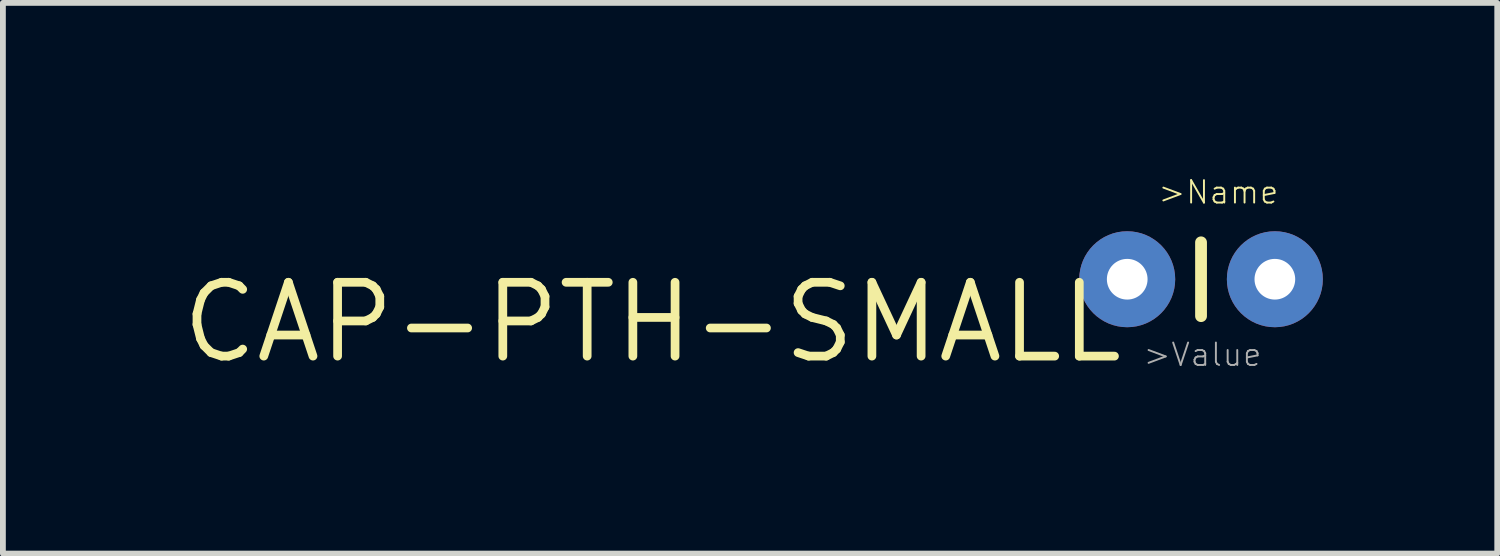
<source format=kicad_pcb>
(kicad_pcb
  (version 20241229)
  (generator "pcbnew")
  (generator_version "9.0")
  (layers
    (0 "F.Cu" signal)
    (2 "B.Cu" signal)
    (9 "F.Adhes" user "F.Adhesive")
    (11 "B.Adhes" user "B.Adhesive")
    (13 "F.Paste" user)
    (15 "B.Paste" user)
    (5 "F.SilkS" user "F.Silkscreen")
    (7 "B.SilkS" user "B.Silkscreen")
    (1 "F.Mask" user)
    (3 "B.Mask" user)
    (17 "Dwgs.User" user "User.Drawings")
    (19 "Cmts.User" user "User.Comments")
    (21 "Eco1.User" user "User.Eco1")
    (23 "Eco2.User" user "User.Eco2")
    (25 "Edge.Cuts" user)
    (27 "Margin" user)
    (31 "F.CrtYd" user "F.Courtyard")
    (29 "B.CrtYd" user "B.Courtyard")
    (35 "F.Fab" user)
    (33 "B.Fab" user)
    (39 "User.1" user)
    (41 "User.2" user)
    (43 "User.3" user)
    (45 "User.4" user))
  (footprint "CAP-PTH-SMALL"
    (layer "F.Cu")
    (at 16.343 1.754)
    (property "Reference" "CAP-PTH-SMALL" (at 0 0 0) (layer "F.SilkS") (effects (font (size 1.27 1.27) (thickness 0.15)) (justify right top)))
    (attr through_hole)
    (fp_line (start 1.27 -0.635) (end 1.27 0.635) (stroke (width 0.203) (type solid)) (layer "F.SilkS"))
    (fp_text user ">Name" (at 0.508 -1.27 0) (layer "F.SilkS") (effects (font (size 0.386 0.386) (thickness 0.033)) (justify left bottom)))
    (fp_text user ">Value" (at 0.254 1.524 0) (layer "F.Fab") (effects (font (size 0.386 0.386) (thickness 0.033)) (justify left bottom)))
    (pad "1" thru_hole circle (at 0 0) (size 1.651 1.651) (drill 0.7) (layers "*.Cu" "*.Mask"))
    (pad "2" thru_hole circle (at 2.54 0) (size 1.651 1.651) (drill 0.7) (layers "*.Cu" "*.Mask")))
  (gr_rect
    (start -3 -3)
    (end 22.709 6.474)
    (stroke (width 0.1) (type default))
    (fill no)
    (layer "Edge.Cuts")))
</source>
